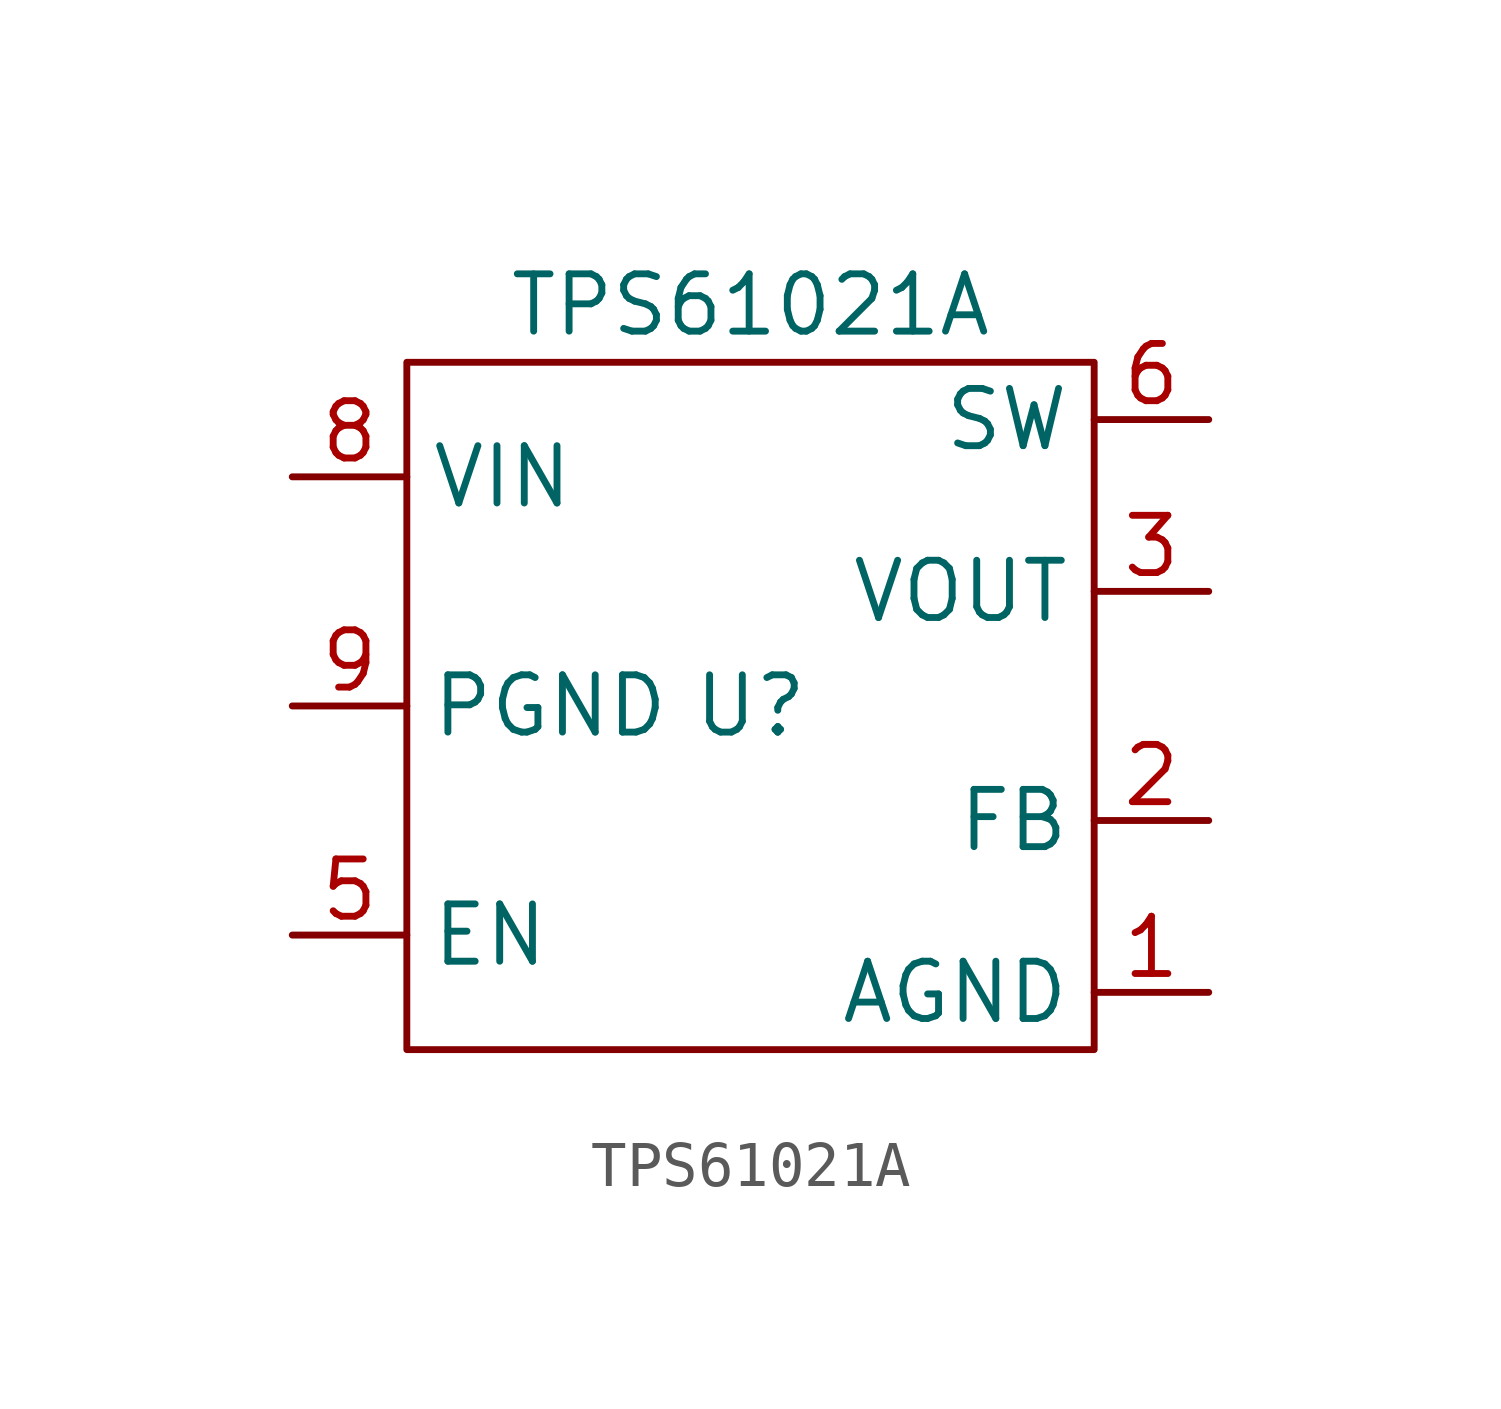
<source format=kicad_sym>
(kicad_symbol_lib
  (version 20211014)
  (generator kicad_symbol_editor)
  (symbol "TPS61021A"
    (property "Reference" "U"
      (at 0 0 0)
      (effects (font (size 1.27 1.27))))
    (property "Value" "TPS61021A"
      (at 0 8.89 0)
      (effects (font (size 1.27 1.27))))
    (symbol "TPS61021A_0_1"
      (rectangle (start -7.62 7.62) (end 7.62 -7.62) (stroke (width 0) (type default) (color 0 0 0 0)) (fill (type none))))
    (symbol "TPS61021A_1_1"
      (pin input line (at 10.16 -6.35 180) (length 2.54) (name "AGND" (effects (font (size 1.27 1.27)))) (number "1" (effects (font (size 1.27 1.27)))))
      (pin input line (at 10.16 -2.54 180) (length 2.54) (name "FB" (effects (font (size 1.27 1.27)))) (number "2" (effects (font (size 1.27 1.27)))))
      (pin input line (at 10.16 2.54 180) (length 2.54) (name "VOUT" (effects (font (size 1.27 1.27)))) (number "3" (effects (font (size 1.27 1.27)))))
      (pin input line (at 10.16 2.54 180) (length 2.54) hide (name "VOUT" (effects (font (size 1.27 1.27)))) (number "4" (effects (font (size 1.27 1.27)))))
      (pin input line (at -10.16 -5.08 0) (length 2.54) (name "EN" (effects (font (size 1.27 1.27)))) (number "5" (effects (font (size 1.27 1.27)))))
      (pin input line (at 10.16 6.35 180) (length 2.54) (name "SW" (effects (font (size 1.27 1.27)))) (number "6" (effects (font (size 1.27 1.27)))))
      (pin input line (at 10.16 6.35 180) (length 2.54) hide (name "SW" (effects (font (size 1.27 1.27)))) (number "7" (effects (font (size 1.27 1.27)))))
      (pin input line (at -10.16 5.08 0) (length 2.54) (name "VIN" (effects (font (size 1.27 1.27)))) (number "8" (effects (font (size 1.27 1.27)))))
      (pin input line (at -10.16 0 0) (length 2.54) (name "PGND" (effects (font (size 1.27 1.27)))) (number "9" (effects (font (size 1.27 1.27))))))))
</source>
